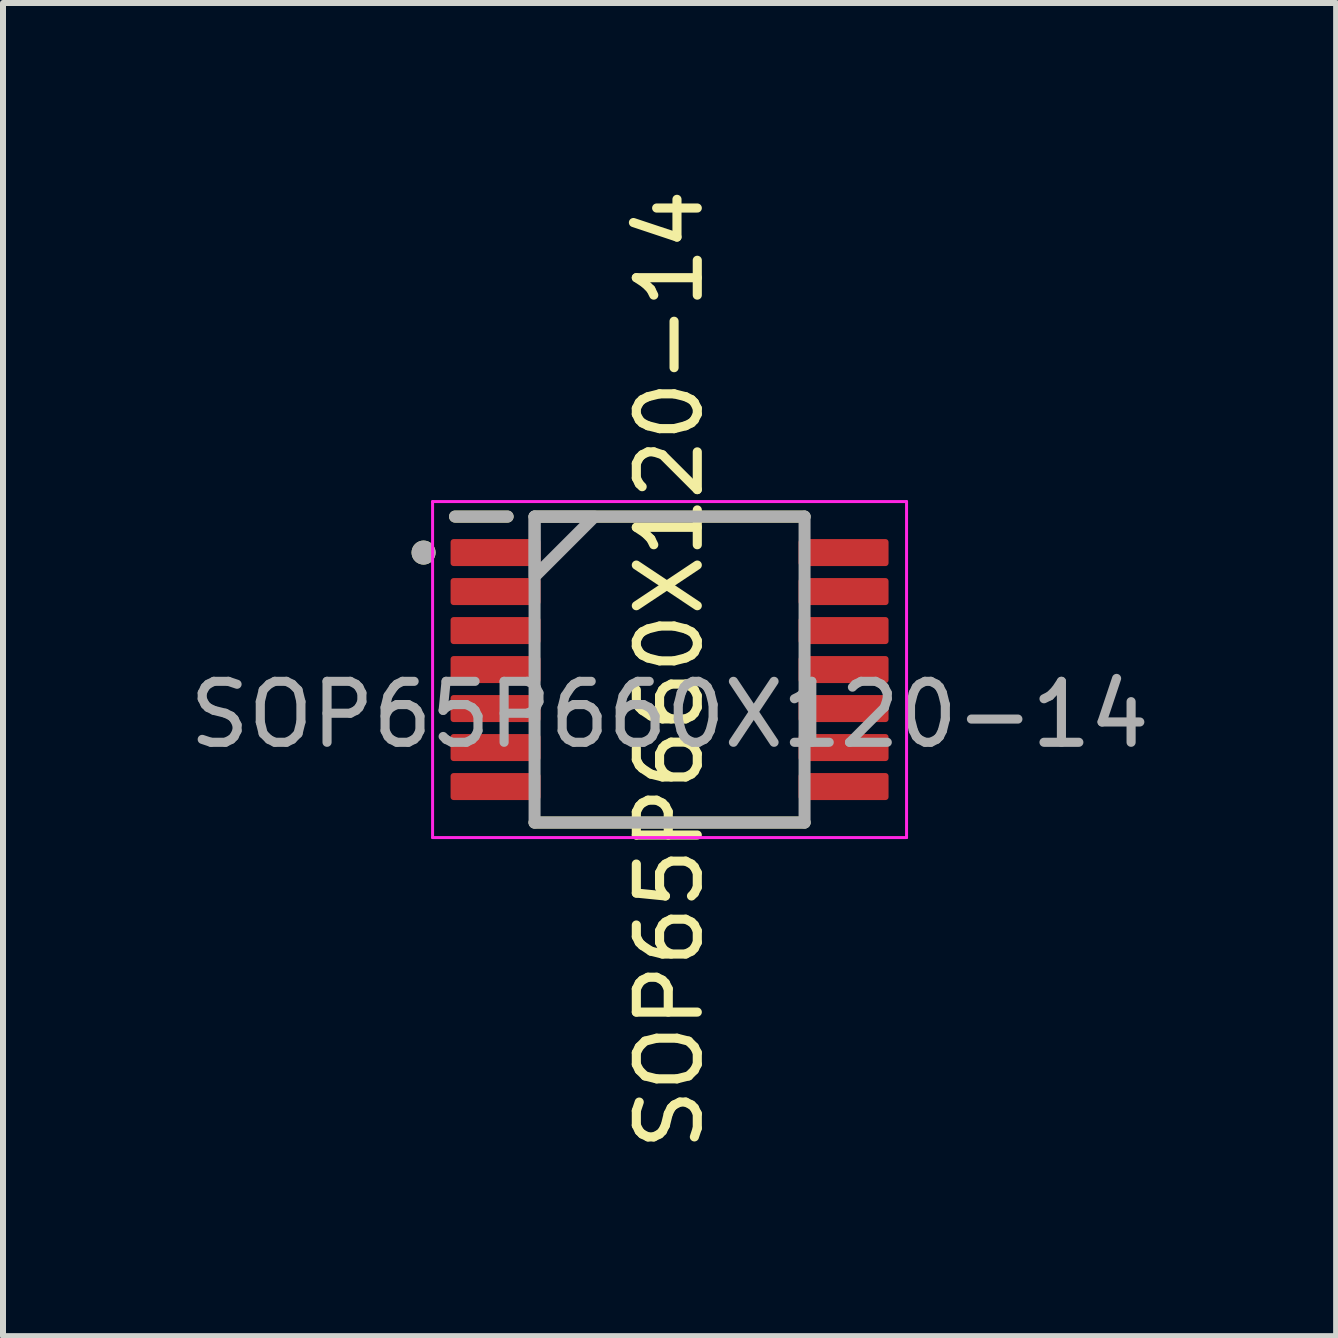
<source format=kicad_pcb>
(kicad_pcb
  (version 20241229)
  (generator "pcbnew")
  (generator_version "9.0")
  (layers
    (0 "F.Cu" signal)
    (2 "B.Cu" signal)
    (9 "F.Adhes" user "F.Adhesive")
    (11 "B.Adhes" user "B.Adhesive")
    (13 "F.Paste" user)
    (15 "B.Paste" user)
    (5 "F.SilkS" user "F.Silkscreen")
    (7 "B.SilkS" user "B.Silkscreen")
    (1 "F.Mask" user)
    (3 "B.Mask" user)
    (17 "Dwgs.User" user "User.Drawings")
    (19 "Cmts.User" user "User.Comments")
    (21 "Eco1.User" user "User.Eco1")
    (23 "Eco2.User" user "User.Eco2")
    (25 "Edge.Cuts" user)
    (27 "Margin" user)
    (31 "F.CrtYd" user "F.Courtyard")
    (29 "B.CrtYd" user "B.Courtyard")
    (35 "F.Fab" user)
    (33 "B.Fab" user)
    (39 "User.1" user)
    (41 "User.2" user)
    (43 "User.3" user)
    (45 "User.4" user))
  (footprint "SOP65P660X120-14"
    (layer "F.Cu")
    (at 8.11 8.11)
    (property "Reference" "SOP65P660X120-14" (at 0 0 90) (unlocked yes) (layer "F.SilkS") (effects (font (size 1.016 1.016) (thickness 0.152))))
    (property "Value" "${VALUE}" (at 0 -0.65 0) (unlocked yes) (layer "F.Fab") (hide yes) (effects (font (size 1.016 1.016) (thickness 0.152))))
    (attr smd)
    (fp_line (start -2.7 -2.55) (end -3.575 -2.55) (stroke (width 0.2) (type default)) (layer "F.SilkS"))
    (fp_line (start -2.25 -2.55) (end 2.25 -2.55) (stroke (width 0.2) (type default)) (layer "F.SilkS"))
    (fp_line (start -2.25 2.55) (end 2.25 2.55) (stroke (width 0.2) (type default)) (layer "F.SilkS"))
    (fp_circle (center -4.1 -1.95) (end -4 -1.95) (stroke (width 0.2) (type default)) (fill no) (layer "F.SilkS"))
    (fp_line (start -3.95 -2.8) (end 3.95 -2.8) (stroke (width 0.05) (type default)) (layer "F.CrtYd"))
    (fp_line (start -3.95 2.8) (end -3.95 -2.8) (stroke (width 0.05) (type default)) (layer "F.CrtYd"))
    (fp_line (start 3.95 -2.8) (end 3.95 2.8) (stroke (width 0.05) (type default)) (layer "F.CrtYd"))
    (fp_line (start 3.95 2.8) (end -3.95 2.8) (stroke (width 0.05) (type default)) (layer "F.CrtYd"))
    (fp_line (start -2.7 -2.55) (end -3.575 -2.55) (stroke (width 0.2) (type default)) (layer "F.Fab"))
    (fp_line (start -2.25 -2.55) (end 2.25 -2.55) (stroke (width 0.2) (type default)) (layer "F.Fab"))
    (fp_line (start -2.25 2.55) (end -2.25 -2.55) (stroke (width 0.2) (type default)) (layer "F.Fab"))
    (fp_line (start 2.25 -2.55) (end 2.25 2.55) (stroke (width 0.2) (type default)) (layer "F.Fab"))
    (fp_line (start 2.25 2.55) (end -2.25 2.55) (stroke (width 0.2) (type default)) (layer "F.Fab"))
    (fp_circle (center -4.1 -1.95) (end -4 -1.95) (stroke (width 0.2) (type default)) (fill no) (layer "F.Fab"))
    (fp_poly (pts (xy -2.25 -2.55) (xy -2.25 -1.55) (xy -1.25 -2.55)) (stroke (width 0.2) (type solid)) (fill no) (layer "F.Fab"))
    (fp_text user "${REFERENCE}" (at 0 0.75 0) (unlocked yes) (layer "F.Fab") (effects (font (size 1.016 1.016) (thickness 0.152))))
    (pad "1" smd roundrect (at -2.9 -1.95) (size 1.5 0.45) (layers "F.Cu" "F.Mask" "F.Paste") (roundrect_rratio 0.111))
    (pad "2" smd roundrect (at -2.9 -1.3) (size 1.5 0.45) (layers "F.Cu" "F.Mask" "F.Paste") (roundrect_rratio 0.111))
    (pad "3" smd roundrect (at -2.9 -0.65) (size 1.5 0.45) (layers "F.Cu" "F.Mask" "F.Paste") (roundrect_rratio 0.111))
    (pad "4" smd roundrect (at -2.9 0) (size 1.5 0.45) (layers "F.Cu" "F.Mask" "F.Paste") (roundrect_rratio 0.111))
    (pad "5" smd roundrect (at -2.9 0.65) (size 1.5 0.45) (layers "F.Cu" "F.Mask" "F.Paste") (roundrect_rratio 0.111))
    (pad "6" smd roundrect (at -2.9 1.3) (size 1.5 0.45) (layers "F.Cu" "F.Mask" "F.Paste") (roundrect_rratio 0.111))
    (pad "7" smd roundrect (at -2.9 1.95) (size 1.5 0.45) (layers "F.Cu" "F.Mask" "F.Paste") (roundrect_rratio 0.111))
    (pad "8" smd roundrect (at 2.9 1.95) (size 1.5 0.45) (layers "F.Cu" "F.Mask" "F.Paste") (roundrect_rratio 0.111))
    (pad "9" smd roundrect (at 2.9 1.3) (size 1.5 0.45) (layers "F.Cu" "F.Mask" "F.Paste") (roundrect_rratio 0.111))
    (pad "10" smd roundrect (at 2.9 0.65) (size 1.5 0.45) (layers "F.Cu" "F.Mask" "F.Paste") (roundrect_rratio 0.111))
    (pad "11" smd roundrect (at 2.9 0) (size 1.5 0.45) (layers "F.Cu" "F.Mask" "F.Paste") (roundrect_rratio 0.111))
    (pad "12" smd roundrect (at 2.9 -0.65) (size 1.5 0.45) (layers "F.Cu" "F.Mask" "F.Paste") (roundrect_rratio 0.111))
    (pad "13" smd roundrect (at 2.9 -1.3) (size 1.5 0.45) (layers "F.Cu" "F.Mask" "F.Paste") (roundrect_rratio 0.111))
    (pad "14" smd roundrect (at 2.9 -1.95) (size 1.5 0.45) (layers "F.Cu" "F.Mask" "F.Paste") (roundrect_rratio 0.111)))
  (gr_rect
    (start -3 -3)
    (end 19.22 19.22)
    (stroke (width 0.1) (type default))
    (fill no)
    (layer "Edge.Cuts")))
</source>
